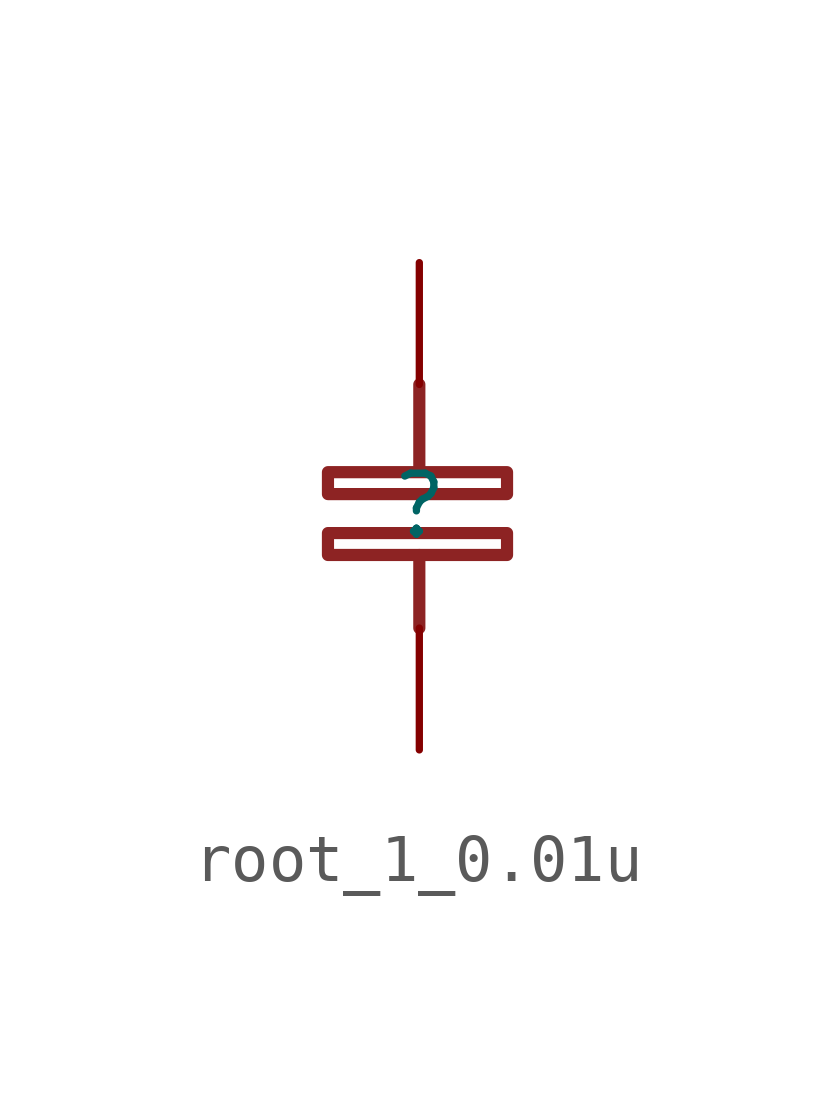
<source format=kicad_sym>
(kicad_symbol_lib
  (version 20231120)
  (generator "kicad_symbol_editor")
  (generator_version "8.0")
  (symbol "root_1_0.01u"
    (property "Reference" ""
      (at 0 0 0)
      (effects (font (size 1.27 1.27))))
    (property "Value" ""
      (at 0 0 0)
      (effects (font (size 1.27 1.27))))
    (symbol "root_1_0.01u_1_0"
      (rectangle (start -1.905 -0.559) (end 1.829 -1.016) (stroke (width 0.254) (type solid) (color 141 35 35 1)) (fill (type none)))
      (rectangle (start -1.905 0.711) (end 1.829 0.254) (stroke (width 0.254) (type solid) (color 141 35 35 1)) (fill (type none)))
      (polyline (pts (xy 0 -2.54) (xy 0 -1.016)) (stroke (width 0.254) (type solid) (color 141 35 35 1)) (fill (type none)))
      (polyline (pts (xy 0 2.54) (xy 0 0.762)) (stroke (width 0.254) (type solid) (color 141 35 35 1)) (fill (type none)))
      (pin passive line (at 0 -5.08 90) (length 2.54) (name "1" (effects (font (size 0 0)))) (number "1" (effects (font (size 0 0)))))
      (pin passive line (at 0 5.08 270) (length 2.54) (name "2" (effects (font (size 0 0)))) (number "2" (effects (font (size 0 0))))))))
</source>
